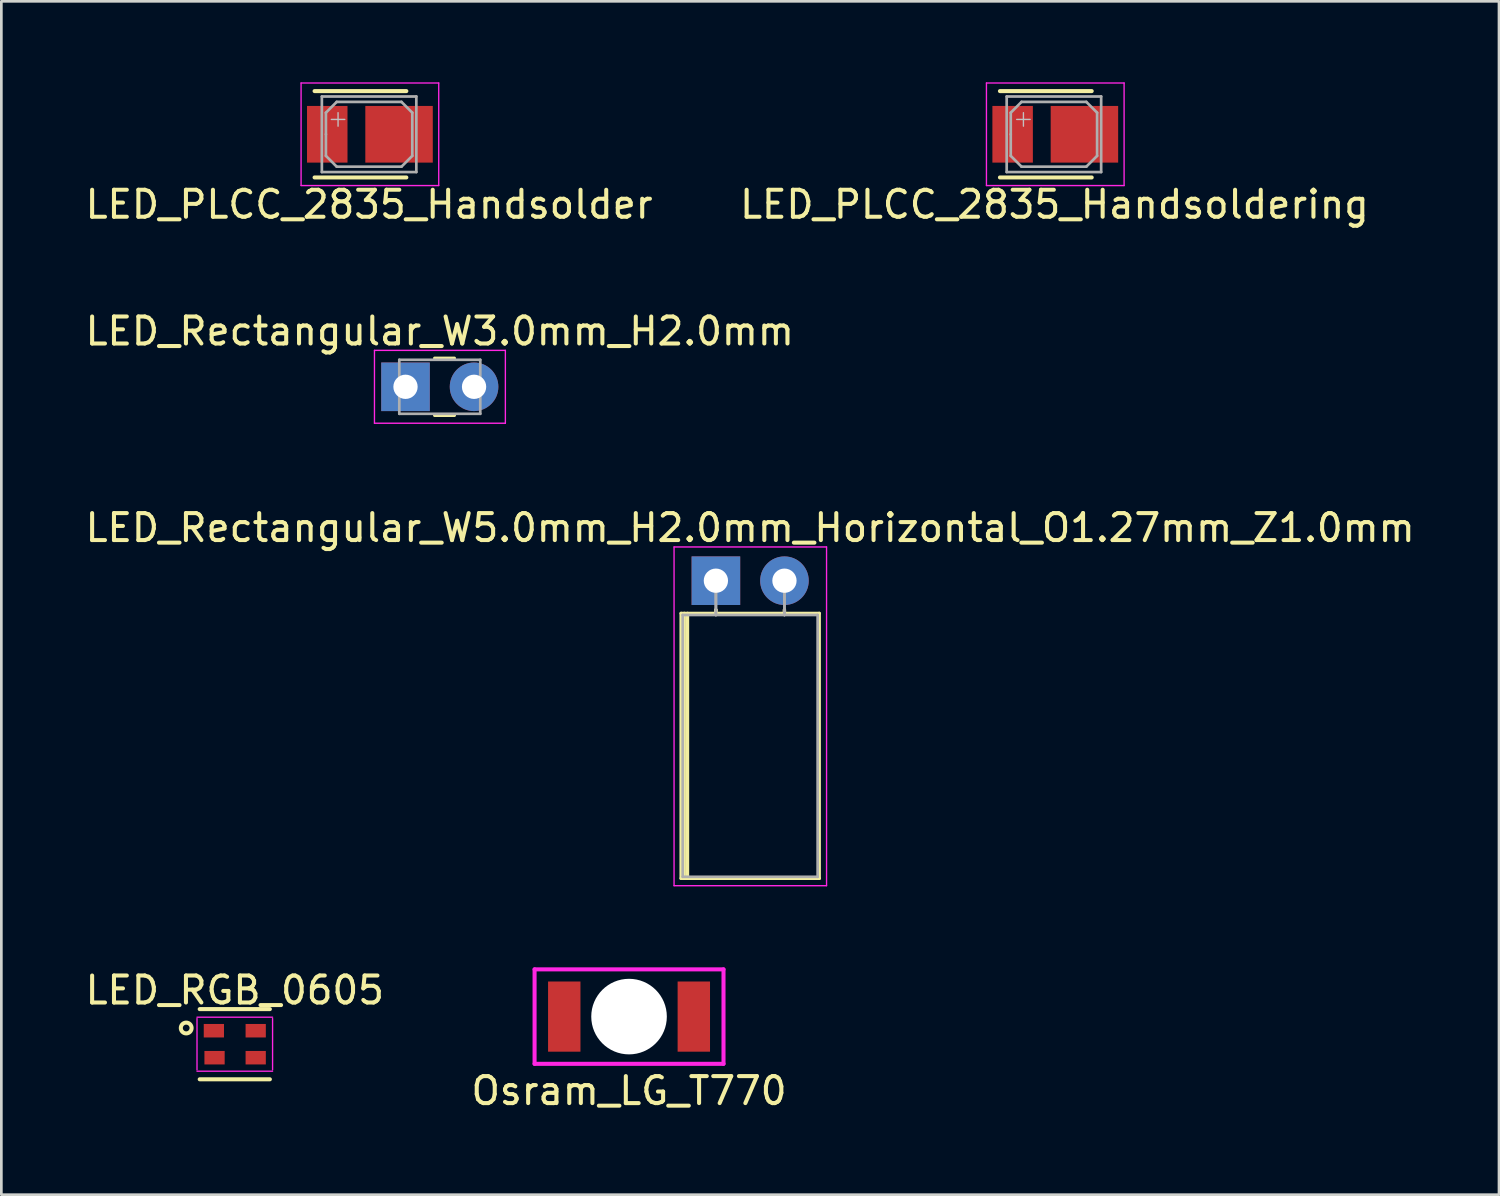
<source format=kicad_pcb>
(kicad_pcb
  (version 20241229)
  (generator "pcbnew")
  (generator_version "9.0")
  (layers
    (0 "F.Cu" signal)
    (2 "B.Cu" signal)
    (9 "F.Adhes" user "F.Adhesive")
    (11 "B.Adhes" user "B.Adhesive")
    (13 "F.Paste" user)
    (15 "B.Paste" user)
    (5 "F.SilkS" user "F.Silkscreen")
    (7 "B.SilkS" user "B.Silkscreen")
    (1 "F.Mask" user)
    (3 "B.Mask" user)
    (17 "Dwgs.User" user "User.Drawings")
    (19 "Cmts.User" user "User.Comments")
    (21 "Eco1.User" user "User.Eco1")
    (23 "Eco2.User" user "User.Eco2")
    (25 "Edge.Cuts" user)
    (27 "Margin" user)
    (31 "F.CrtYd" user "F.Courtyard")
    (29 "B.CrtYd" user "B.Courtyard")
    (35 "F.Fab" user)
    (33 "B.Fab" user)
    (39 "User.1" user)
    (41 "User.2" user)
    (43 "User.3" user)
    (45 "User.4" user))
  (footprint "LED_PLCC_2835_Handsoldering"
    (layer "F.Cu")
    (at 35.998 1.925)
    (property "Reference" "LED_PLCC_2835_Handsoldering" (at 0.02 2.6 0) (layer "F.SilkS") (effects (font (size 1 1) (thickness 0.15))))
    (attr smd)
    (fp_line (start -2 -1.6) (end 1.4 -1.6) (stroke (width 0.15) (type solid)) (layer "F.SilkS"))
    (fp_line (start -2 1.6) (end 1.4 1.6) (stroke (width 0.15) (type solid)) (layer "F.SilkS"))
    (fp_line (start -1.38 -0.55) (end -0.88 -0.55) (stroke (width 0.05) (type solid)) (layer "Dwgs.User"))
    (fp_line (start -1.13 -0.8) (end -1.13 -0.3) (stroke (width 0.05) (type solid)) (layer "Dwgs.User"))
    (fp_line (start -2.5 -1.9) (end 2.6 -1.9) (stroke (width 0.05) (type solid)) (layer "F.CrtYd"))
    (fp_line (start -2.5 1.9) (end -2.5 -1.9) (stroke (width 0.05) (type solid)) (layer "F.CrtYd"))
    (fp_line (start 2.6 -1.9) (end 2.6 1.9) (stroke (width 0.05) (type solid)) (layer "F.CrtYd"))
    (fp_line (start 2.6 1.9) (end -2.5 1.9) (stroke (width 0.05) (type solid)) (layer "F.CrtYd"))
    (fp_line (start -1.75 -1.4) (end 1.75 -1.4) (stroke (width 0.1) (type solid)) (layer "F.Fab"))
    (fp_line (start -1.75 1.4) (end -1.75 -1.4) (stroke (width 0.1) (type solid)) (layer "F.Fab"))
    (fp_line (start -1.6 -0.8) (end -1.2 -1.2) (stroke (width 0.1) (type solid)) (layer "F.Fab"))
    (fp_line (start -1.6 0) (end -1.6 -0.8) (stroke (width 0.1) (type solid)) (layer "F.Fab"))
    (fp_line (start -1.6 0.8) (end -1.6 0) (stroke (width 0.1) (type solid)) (layer "F.Fab"))
    (fp_line (start -1.2 -1.2) (end 1.2 -1.2) (stroke (width 0.1) (type solid)) (layer "F.Fab"))
    (fp_line (start -1.2 1.2) (end -1.6 0.8) (stroke (width 0.1) (type solid)) (layer "F.Fab"))
    (fp_line (start 1.2 -1.2) (end 1.6 -0.8) (stroke (width 0.1) (type solid)) (layer "F.Fab"))
    (fp_line (start 1.2 1.2) (end -1.2 1.2) (stroke (width 0.1) (type solid)) (layer "F.Fab"))
    (fp_line (start 1.6 -0.8) (end 1.6 0.8) (stroke (width 0.1) (type solid)) (layer "F.Fab"))
    (fp_line (start 1.6 0.8) (end 1.2 1.2) (stroke (width 0.1) (type solid)) (layer "F.Fab"))
    (fp_line (start 1.75 -1.4) (end 1.75 1.4) (stroke (width 0.1) (type solid)) (layer "F.Fab"))
    (fp_line (start 1.75 1.4) (end -1.75 1.4) (stroke (width 0.1) (type solid)) (layer "F.Fab"))
    (pad "1" smd rect (at 1.13 0) (size 2.5 2.1) (layers "F.Cu" "F.Mask" "F.Paste"))
    (pad "2" smd rect (at -1.53 0) (size 1.5 2.1) (layers "F.Cu" "F.Mask" "F.Paste")))
  (footprint "LED_PLCC_2835_Handsolder"
    (layer "F.Cu")
    (at 10.605 1.925)
    (property "Reference" "LED_PLCC_2835_Handsolder" (at 0.02 2.6 0) (layer "F.SilkS") (effects (font (size 1 1) (thickness 0.15))))
    (attr smd)
    (fp_line (start -2 -1.6) (end 1.4 -1.6) (stroke (width 0.15) (type solid)) (layer "F.SilkS"))
    (fp_line (start -2 1.6) (end 1.4 1.6) (stroke (width 0.15) (type solid)) (layer "F.SilkS"))
    (fp_line (start -1.38 -0.55) (end -0.88 -0.55) (stroke (width 0.05) (type solid)) (layer "Dwgs.User"))
    (fp_line (start -1.13 -0.8) (end -1.13 -0.3) (stroke (width 0.05) (type solid)) (layer "Dwgs.User"))
    (fp_line (start -2.5 -1.9) (end 2.6 -1.9) (stroke (width 0.05) (type solid)) (layer "F.CrtYd"))
    (fp_line (start -2.5 1.9) (end -2.5 -1.9) (stroke (width 0.05) (type solid)) (layer "F.CrtYd"))
    (fp_line (start 2.6 -1.9) (end 2.6 1.9) (stroke (width 0.05) (type solid)) (layer "F.CrtYd"))
    (fp_line (start 2.6 1.9) (end -2.5 1.9) (stroke (width 0.05) (type solid)) (layer "F.CrtYd"))
    (fp_line (start -1.73 -1.4) (end 1.77 -1.4) (stroke (width 0.1) (type solid)) (layer "F.Fab"))
    (fp_line (start -1.73 1.4) (end -1.73 -1.4) (stroke (width 0.1) (type solid)) (layer "F.Fab"))
    (fp_line (start -1.58 -0.8) (end -1.18 -1.2) (stroke (width 0.1) (type solid)) (layer "F.Fab"))
    (fp_line (start -1.58 0) (end -1.58 -0.8) (stroke (width 0.1) (type solid)) (layer "F.Fab"))
    (fp_line (start -1.58 0.8) (end -1.58 0) (stroke (width 0.1) (type solid)) (layer "F.Fab"))
    (fp_line (start -1.18 -1.2) (end 1.22 -1.2) (stroke (width 0.1) (type solid)) (layer "F.Fab"))
    (fp_line (start -1.18 1.2) (end -1.58 0.8) (stroke (width 0.1) (type solid)) (layer "F.Fab"))
    (fp_line (start 1.22 -1.2) (end 1.62 -0.8) (stroke (width 0.1) (type solid)) (layer "F.Fab"))
    (fp_line (start 1.22 1.2) (end -1.18 1.2) (stroke (width 0.1) (type solid)) (layer "F.Fab"))
    (fp_line (start 1.62 -0.8) (end 1.62 0.8) (stroke (width 0.1) (type solid)) (layer "F.Fab"))
    (fp_line (start 1.62 0.8) (end 1.22 1.2) (stroke (width 0.1) (type solid)) (layer "F.Fab"))
    (fp_line (start 1.77 -1.4) (end 1.77 1.4) (stroke (width 0.1) (type solid)) (layer "F.Fab"))
    (fp_line (start 1.77 1.4) (end -1.73 1.4) (stroke (width 0.1) (type solid)) (layer "F.Fab"))
    (pad "1" smd rect (at 1.13 0) (size 2.5 2.1) (layers "F.Cu" "F.Mask" "F.Paste"))
    (pad "2" smd rect (at -1.53 0) (size 1.5 2.1) (layers "F.Cu" "F.Mask" "F.Paste")))
  (footprint "LED_RGB_0605"
    (layer "F.Cu")
    (at 5.649 35.638)
    (property "Reference" "LED_RGB_0605" (at 0 -2 0) (layer "F.SilkS") (effects (font (size 1 1) (thickness 0.15))))
    (attr smd)
    (fp_line (start -1.3 -1.3) (end 1.3 -1.3) (stroke (width 0.15) (type solid)) (layer "F.SilkS"))
    (fp_line (start -1.3 1.3) (end 1.3 1.3) (stroke (width 0.15) (type solid)) (layer "F.SilkS"))
    (fp_circle (center -1.8 -0.6) (end -1.6 -0.6) (stroke (width 0.15) (type solid)) (fill no) (layer "F.SilkS"))
    (fp_line (start -1.4 -1) (end 1.4 -1) (stroke (width 0.05) (type solid)) (layer "F.CrtYd"))
    (fp_line (start -1.4 0.95) (end -1.4 -0.95) (stroke (width 0.05) (type solid)) (layer "F.CrtYd"))
    (fp_line (start 1.4 -0.95) (end 1.4 0.95) (stroke (width 0.05) (type solid)) (layer "F.CrtYd"))
    (fp_line (start 1.4 1) (end -1.4 1) (stroke (width 0.05) (type solid)) (layer "F.CrtYd"))
    (pad "1" smd rect (at -0.775 -0.5 180) (size 0.75 0.5) (layers "F.Cu" "F.Mask" "F.Paste"))
    (pad "2" smd rect (at -0.75 0.5 180) (size 0.75 0.5) (layers "F.Cu" "F.Mask" "F.Paste"))
    (pad "3" smd rect (at 0.775 -0.5 180) (size 0.75 0.5) (layers "F.Cu" "F.Mask" "F.Paste"))
    (pad "4" smd rect (at 0.775 0.5 180) (size 0.75 0.5) (layers "F.Cu" "F.Mask" "F.Paste")))
  (footprint "LED_Rectangular_W5.0mm_H2.0mm_Horizontal_O1.27mm_Z1.0mm"
    (layer "F.Cu")
    (at 23.474 18.465)
    (property "Reference" "LED_Rectangular_W5.0mm_H2.0mm_Horizontal_O1.27mm_Z1.0mm" (at 1.27 -1.96 0) (layer "F.SilkS") (effects (font (size 1 1) (thickness 0.15))))
    (attr through_hole)
    (fp_line (start -1.29 1.21) (end -1.29 11.03) (stroke (width 0.12) (type solid)) (layer "F.SilkS"))
    (fp_line (start -1.29 11.03) (end 3.83 11.03) (stroke (width 0.12) (type solid)) (layer "F.SilkS"))
    (fp_line (start -1.17 1.21) (end -1.17 11.03) (stroke (width 0.12) (type solid)) (layer "F.SilkS"))
    (fp_line (start -1.05 1.21) (end -1.05 11.03) (stroke (width 0.12) (type solid)) (layer "F.SilkS"))
    (fp_line (start 0 1.08) (end 0 1.08) (stroke (width 0.12) (type solid)) (layer "F.SilkS"))
    (fp_line (start 0 1.08) (end 0 1.21) (stroke (width 0.12) (type solid)) (layer "F.SilkS"))
    (fp_line (start 0 1.21) (end 0 1.08) (stroke (width 0.12) (type solid)) (layer "F.SilkS"))
    (fp_line (start 0 1.21) (end 0 1.21) (stroke (width 0.12) (type solid)) (layer "F.SilkS"))
    (fp_line (start 2.54 1.08) (end 2.54 1.08) (stroke (width 0.12) (type solid)) (layer "F.SilkS"))
    (fp_line (start 2.54 1.08) (end 2.54 1.21) (stroke (width 0.12) (type solid)) (layer "F.SilkS"))
    (fp_line (start 2.54 1.21) (end 2.54 1.08) (stroke (width 0.12) (type solid)) (layer "F.SilkS"))
    (fp_line (start 2.54 1.21) (end 2.54 1.21) (stroke (width 0.12) (type solid)) (layer "F.SilkS"))
    (fp_line (start 3.83 1.21) (end -1.29 1.21) (stroke (width 0.12) (type solid)) (layer "F.SilkS"))
    (fp_line (start 3.83 11.03) (end 3.83 1.21) (stroke (width 0.12) (type solid)) (layer "F.SilkS"))
    (fp_line (start -1.55 -1.25) (end -1.55 11.3) (stroke (width 0.05) (type solid)) (layer "F.CrtYd"))
    (fp_line (start -1.55 11.3) (end 4.1 11.3) (stroke (width 0.05) (type solid)) (layer "F.CrtYd"))
    (fp_line (start 4.1 -1.25) (end -1.55 -1.25) (stroke (width 0.05) (type solid)) (layer "F.CrtYd"))
    (fp_line (start 4.1 11.3) (end 4.1 -1.25) (stroke (width 0.05) (type solid)) (layer "F.CrtYd"))
    (fp_line (start -1.23 1.27) (end -1.23 10.97) (stroke (width 0.1) (type solid)) (layer "F.Fab"))
    (fp_line (start -1.23 10.97) (end 3.77 10.97) (stroke (width 0.1) (type solid)) (layer "F.Fab"))
    (fp_line (start 0 0) (end 0 0) (stroke (width 0.1) (type solid)) (layer "F.Fab"))
    (fp_line (start 0 0) (end 0 1.27) (stroke (width 0.1) (type solid)) (layer "F.Fab"))
    (fp_line (start 0 1.27) (end 0 0) (stroke (width 0.1) (type solid)) (layer "F.Fab"))
    (fp_line (start 0 1.27) (end 0 1.27) (stroke (width 0.1) (type solid)) (layer "F.Fab"))
    (fp_line (start 2.54 0) (end 2.54 0) (stroke (width 0.1) (type solid)) (layer "F.Fab"))
    (fp_line (start 2.54 0) (end 2.54 1.27) (stroke (width 0.1) (type solid)) (layer "F.Fab"))
    (fp_line (start 2.54 1.27) (end 2.54 0) (stroke (width 0.1) (type solid)) (layer "F.Fab"))
    (fp_line (start 2.54 1.27) (end 2.54 1.27) (stroke (width 0.1) (type solid)) (layer "F.Fab"))
    (fp_line (start 3.77 1.27) (end -1.23 1.27) (stroke (width 0.1) (type solid)) (layer "F.Fab"))
    (fp_line (start 3.77 10.97) (end 3.77 1.27) (stroke (width 0.1) (type solid)) (layer "F.Fab"))
    (pad "1" thru_hole rect (at 0 0) (size 1.8 1.8) (drill 0.9) (layers "*.Cu" "*.Mask"))
    (pad "2" thru_hole circle (at 2.54 0) (size 1.8 1.8) (drill 0.9) (layers "*.Cu" "*.Mask")))
  (footprint "LED_Rectangular_W3.0mm_H2.0mm"
    (layer "F.Cu")
    (at 11.974 11.281)
    (property "Reference" "LED_Rectangular_W3.0mm_H2.0mm" (at 1.27 -2.06 0) (layer "F.SilkS") (effects (font (size 1 1) (thickness 0.15))))
    (attr through_hole)
    (fp_line (start 1.08 -1.06) (end 1.811 -1.06) (stroke (width 0.12) (type solid)) (layer "F.SilkS"))
    (fp_line (start 1.08 1.06) (end 1.811 1.06) (stroke (width 0.12) (type solid)) (layer "F.SilkS"))
    (fp_line (start -1.15 -1.35) (end -1.15 1.35) (stroke (width 0.05) (type solid)) (layer "F.CrtYd"))
    (fp_line (start -1.15 1.35) (end 3.7 1.35) (stroke (width 0.05) (type solid)) (layer "F.CrtYd"))
    (fp_line (start 3.7 -1.35) (end -1.15 -1.35) (stroke (width 0.05) (type solid)) (layer "F.CrtYd"))
    (fp_line (start 3.7 1.35) (end 3.7 -1.35) (stroke (width 0.05) (type solid)) (layer "F.CrtYd"))
    (fp_line (start -0.23 -1) (end -0.23 1) (stroke (width 0.1) (type solid)) (layer "F.Fab"))
    (fp_line (start -0.23 1) (end 2.77 1) (stroke (width 0.1) (type solid)) (layer "F.Fab"))
    (fp_line (start 2.77 -1) (end -0.23 -1) (stroke (width 0.1) (type solid)) (layer "F.Fab"))
    (fp_line (start 2.77 1) (end 2.77 -1) (stroke (width 0.1) (type solid)) (layer "F.Fab"))
    (pad "1" thru_hole rect (at 0 0) (size 1.8 1.8) (drill 0.9) (layers "*.Cu" "*.Mask"))
    (pad "2" thru_hole circle (at 2.54 0) (size 1.8 1.8) (drill 0.9) (layers "*.Cu" "*.Mask")))
  (footprint "Osram_LG_T770"
    (layer "F.Cu")
    (at 20.256 34.615)
    (property "Reference" "Osram_LG_T770" (at 0 2.75 0) (layer "F.SilkS") (effects (font (size 1 1) (thickness 0.15))))
    (attr through_hole)
    (fp_line (start -3.5 -1.75) (end 3.5 -1.75) (stroke (width 0.15) (type solid)) (layer "F.CrtYd"))
    (fp_line (start -3.5 1.75) (end -3.5 -1.75) (stroke (width 0.15) (type solid)) (layer "F.CrtYd"))
    (fp_line (start 3.5 -1.75) (end 3.5 1.75) (stroke (width 0.15) (type solid)) (layer "F.CrtYd"))
    (fp_line (start 3.5 1.75) (end -3.5 1.75) (stroke (width 0.15) (type solid)) (layer "F.CrtYd"))
    (pad "" np_thru_hole circle (at 0 0) (size 2.8 2.8) (drill 2.8) (layers "*.Cu" "*.Mask"))
    (pad "1" smd rect (at -2.4 0) (size 1.2 2.6) (layers "F.Cu" "F.Mask" "F.Paste"))
    (pad "2" smd rect (at 2.4 0) (size 1.2 2.6) (layers "F.Cu" "F.Mask" "F.Paste")))
  (gr_rect
    (start -3 -3)
    (end 52.488 41.213)
    (stroke (width 0.1) (type default))
    (fill no)
    (layer "Edge.Cuts")))
</source>
